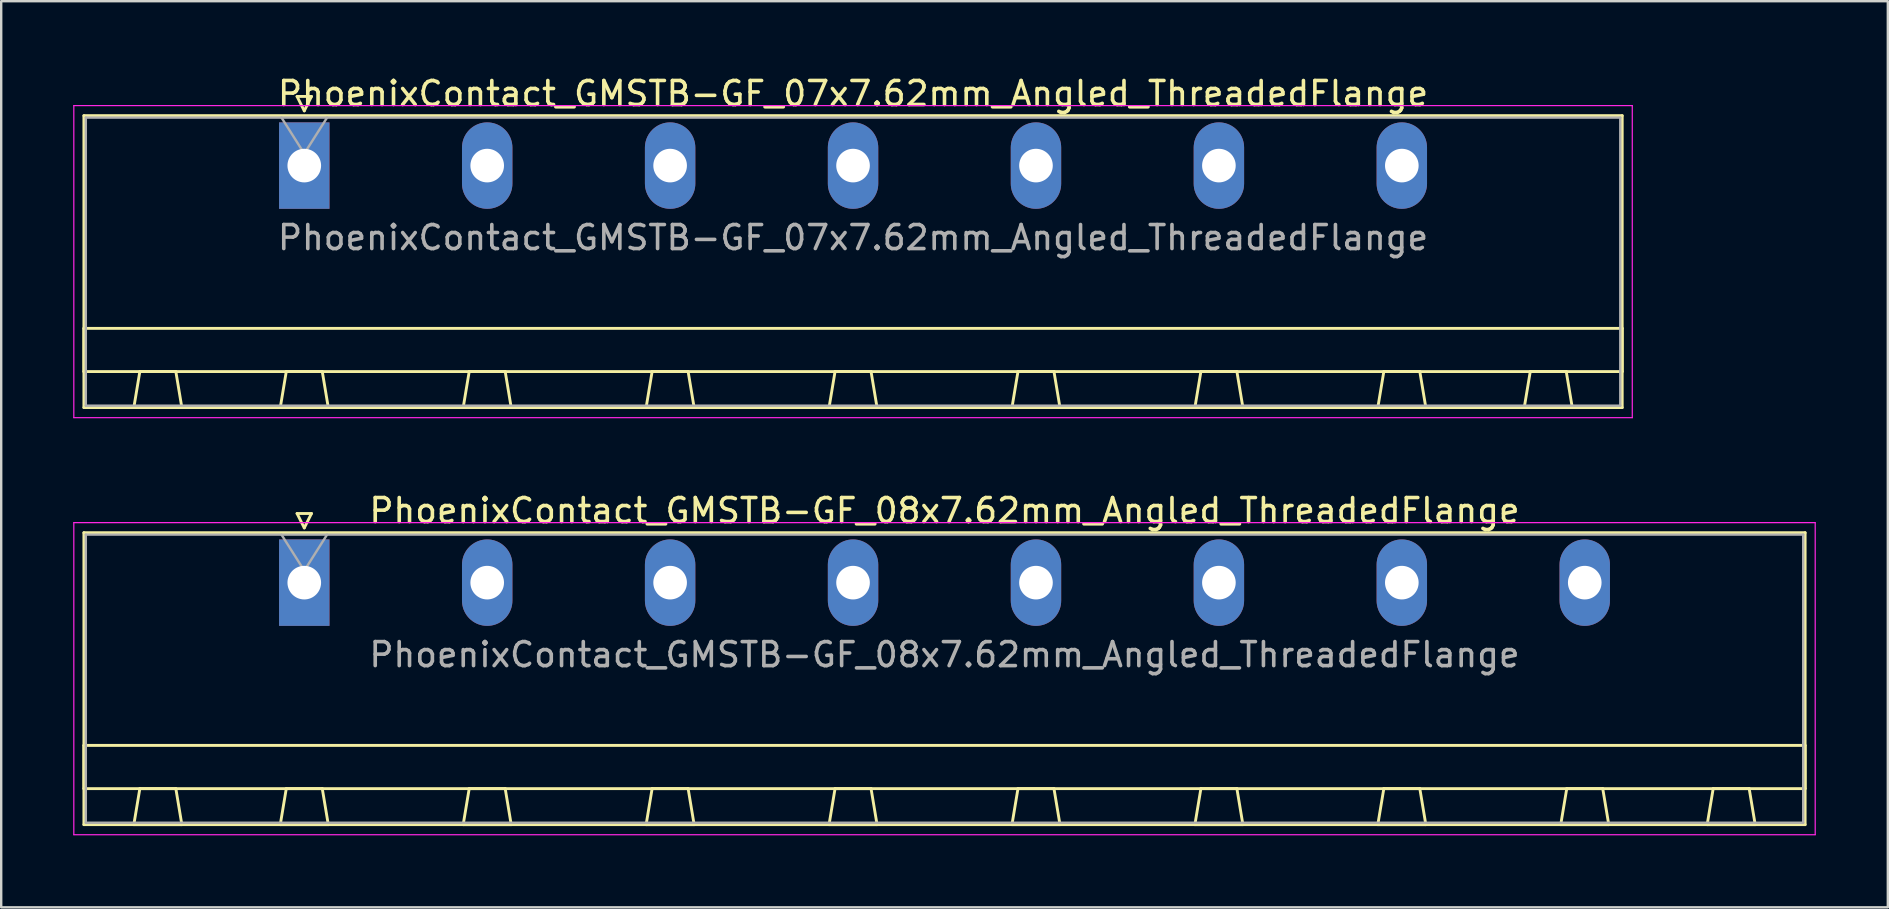
<source format=kicad_pcb>
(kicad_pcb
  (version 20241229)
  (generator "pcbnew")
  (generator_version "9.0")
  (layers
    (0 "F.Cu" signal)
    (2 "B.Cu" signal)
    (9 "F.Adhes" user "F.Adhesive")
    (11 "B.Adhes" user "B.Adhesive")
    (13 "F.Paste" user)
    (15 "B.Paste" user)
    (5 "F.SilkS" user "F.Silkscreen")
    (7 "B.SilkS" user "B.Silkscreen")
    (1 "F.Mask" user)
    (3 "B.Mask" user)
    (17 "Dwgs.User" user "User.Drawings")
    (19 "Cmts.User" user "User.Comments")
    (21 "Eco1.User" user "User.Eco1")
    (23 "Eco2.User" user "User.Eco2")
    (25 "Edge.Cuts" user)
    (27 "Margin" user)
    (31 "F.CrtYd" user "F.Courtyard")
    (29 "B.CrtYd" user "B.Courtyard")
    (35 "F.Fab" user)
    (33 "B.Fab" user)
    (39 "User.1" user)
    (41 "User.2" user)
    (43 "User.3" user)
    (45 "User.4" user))
  (footprint "PhoenixContact_GMSTB-GF_08x7.62mm_Angled_ThreadedFlange"
    (layer "F.Cu")
    (at 9.625 21.221)
    (property "Reference" "PhoenixContact_GMSTB-GF_08x7.62mm_Angled_ThreadedFlange" (at 26.67 -3 0) (layer "F.SilkS") (effects (font (size 1 1) (thickness 0.15))))
    (attr through_hole)
    (fp_line (start -9.18 -2.08) (end -9.18 10.08) (stroke (width 0.12) (type solid)) (layer "F.SilkS"))
    (fp_line (start -9.18 6.78) (end 62.52 6.78) (stroke (width 0.12) (type solid)) (layer "F.SilkS"))
    (fp_line (start -9.18 8.58) (end -9.18 6.78) (stroke (width 0.12) (type solid)) (layer "F.SilkS"))
    (fp_line (start -9.18 10.08) (end 62.52 10.08) (stroke (width 0.12) (type solid)) (layer "F.SilkS"))
    (fp_line (start -7.1 10.08) (end -5.1 10.08) (stroke (width 0.12) (type solid)) (layer "F.SilkS"))
    (fp_line (start -6.85 8.58) (end -7.1 10.08) (stroke (width 0.12) (type solid)) (layer "F.SilkS"))
    (fp_line (start -5.35 8.58) (end -6.85 8.58) (stroke (width 0.12) (type solid)) (layer "F.SilkS"))
    (fp_line (start -5.1 10.08) (end -5.35 8.58) (stroke (width 0.12) (type solid)) (layer "F.SilkS"))
    (fp_line (start -1 10.08) (end 1 10.08) (stroke (width 0.12) (type solid)) (layer "F.SilkS"))
    (fp_line (start -0.75 8.58) (end -1 10.08) (stroke (width 0.12) (type solid)) (layer "F.SilkS"))
    (fp_line (start -0.3 -2.88) (end 0.3 -2.88) (stroke (width 0.12) (type solid)) (layer "F.SilkS"))
    (fp_line (start 0 -2.28) (end -0.3 -2.88) (stroke (width 0.12) (type solid)) (layer "F.SilkS"))
    (fp_line (start 0.3 -2.88) (end 0 -2.28) (stroke (width 0.12) (type solid)) (layer "F.SilkS"))
    (fp_line (start 0.75 8.58) (end -0.75 8.58) (stroke (width 0.12) (type solid)) (layer "F.SilkS"))
    (fp_line (start 1 10.08) (end 0.75 8.58) (stroke (width 0.12) (type solid)) (layer "F.SilkS"))
    (fp_line (start 6.62 10.08) (end 8.62 10.08) (stroke (width 0.12) (type solid)) (layer "F.SilkS"))
    (fp_line (start 6.87 8.58) (end 6.62 10.08) (stroke (width 0.12) (type solid)) (layer "F.SilkS"))
    (fp_line (start 8.37 8.58) (end 6.87 8.58) (stroke (width 0.12) (type solid)) (layer "F.SilkS"))
    (fp_line (start 8.62 10.08) (end 8.37 8.58) (stroke (width 0.12) (type solid)) (layer "F.SilkS"))
    (fp_line (start 14.24 10.08) (end 16.24 10.08) (stroke (width 0.12) (type solid)) (layer "F.SilkS"))
    (fp_line (start 14.49 8.58) (end 14.24 10.08) (stroke (width 0.12) (type solid)) (layer "F.SilkS"))
    (fp_line (start 15.99 8.58) (end 14.49 8.58) (stroke (width 0.12) (type solid)) (layer "F.SilkS"))
    (fp_line (start 16.24 10.08) (end 15.99 8.58) (stroke (width 0.12) (type solid)) (layer "F.SilkS"))
    (fp_line (start 21.86 10.08) (end 23.86 10.08) (stroke (width 0.12) (type solid)) (layer "F.SilkS"))
    (fp_line (start 22.11 8.58) (end 21.86 10.08) (stroke (width 0.12) (type solid)) (layer "F.SilkS"))
    (fp_line (start 23.61 8.58) (end 22.11 8.58) (stroke (width 0.12) (type solid)) (layer "F.SilkS"))
    (fp_line (start 23.86 10.08) (end 23.61 8.58) (stroke (width 0.12) (type solid)) (layer "F.SilkS"))
    (fp_line (start 29.48 10.08) (end 31.48 10.08) (stroke (width 0.12) (type solid)) (layer "F.SilkS"))
    (fp_line (start 29.73 8.58) (end 29.48 10.08) (stroke (width 0.12) (type solid)) (layer "F.SilkS"))
    (fp_line (start 31.23 8.58) (end 29.73 8.58) (stroke (width 0.12) (type solid)) (layer "F.SilkS"))
    (fp_line (start 31.48 10.08) (end 31.23 8.58) (stroke (width 0.12) (type solid)) (layer "F.SilkS"))
    (fp_line (start 37.1 10.08) (end 39.1 10.08) (stroke (width 0.12) (type solid)) (layer "F.SilkS"))
    (fp_line (start 37.35 8.58) (end 37.1 10.08) (stroke (width 0.12) (type solid)) (layer "F.SilkS"))
    (fp_line (start 38.85 8.58) (end 37.35 8.58) (stroke (width 0.12) (type solid)) (layer "F.SilkS"))
    (fp_line (start 39.1 10.08) (end 38.85 8.58) (stroke (width 0.12) (type solid)) (layer "F.SilkS"))
    (fp_line (start 44.72 10.08) (end 46.72 10.08) (stroke (width 0.12) (type solid)) (layer "F.SilkS"))
    (fp_line (start 44.97 8.58) (end 44.72 10.08) (stroke (width 0.12) (type solid)) (layer "F.SilkS"))
    (fp_line (start 46.47 8.58) (end 44.97 8.58) (stroke (width 0.12) (type solid)) (layer "F.SilkS"))
    (fp_line (start 46.72 10.08) (end 46.47 8.58) (stroke (width 0.12) (type solid)) (layer "F.SilkS"))
    (fp_line (start 52.34 10.08) (end 54.34 10.08) (stroke (width 0.12) (type solid)) (layer "F.SilkS"))
    (fp_line (start 52.59 8.58) (end 52.34 10.08) (stroke (width 0.12) (type solid)) (layer "F.SilkS"))
    (fp_line (start 54.09 8.58) (end 52.59 8.58) (stroke (width 0.12) (type solid)) (layer "F.SilkS"))
    (fp_line (start 54.34 10.08) (end 54.09 8.58) (stroke (width 0.12) (type solid)) (layer "F.SilkS"))
    (fp_line (start 58.44 10.08) (end 60.44 10.08) (stroke (width 0.12) (type solid)) (layer "F.SilkS"))
    (fp_line (start 58.69 8.58) (end 58.44 10.08) (stroke (width 0.12) (type solid)) (layer "F.SilkS"))
    (fp_line (start 60.19 8.58) (end 58.69 8.58) (stroke (width 0.12) (type solid)) (layer "F.SilkS"))
    (fp_line (start 60.44 10.08) (end 60.19 8.58) (stroke (width 0.12) (type solid)) (layer "F.SilkS"))
    (fp_line (start 62.52 -2.08) (end -9.18 -2.08) (stroke (width 0.12) (type solid)) (layer "F.SilkS"))
    (fp_line (start 62.52 6.78) (end 62.52 8.58) (stroke (width 0.12) (type solid)) (layer "F.SilkS"))
    (fp_line (start 62.52 8.58) (end -9.18 8.58) (stroke (width 0.12) (type solid)) (layer "F.SilkS"))
    (fp_line (start 62.52 10.08) (end 62.52 -2.08) (stroke (width 0.12) (type solid)) (layer "F.SilkS"))
    (fp_line (start -9.6 -2.5) (end -9.6 10.5) (stroke (width 0.05) (type solid)) (layer "F.CrtYd"))
    (fp_line (start -9.6 10.5) (end 62.94 10.5) (stroke (width 0.05) (type solid)) (layer "F.CrtYd"))
    (fp_line (start 62.94 -2.5) (end -9.6 -2.5) (stroke (width 0.05) (type solid)) (layer "F.CrtYd"))
    (fp_line (start 62.94 10.5) (end 62.94 -2.5) (stroke (width 0.05) (type solid)) (layer "F.CrtYd"))
    (fp_line (start -9.1 -2) (end -9.1 10) (stroke (width 0.1) (type solid)) (layer "F.Fab"))
    (fp_line (start -9.1 10) (end 62.44 10) (stroke (width 0.1) (type solid)) (layer "F.Fab"))
    (fp_line (start 0 -0.5) (end -0.95 -2) (stroke (width 0.1) (type solid)) (layer "F.Fab"))
    (fp_line (start 0.95 -2) (end 0 -0.5) (stroke (width 0.1) (type solid)) (layer "F.Fab"))
    (fp_line (start 62.44 -2) (end -9.1 -2) (stroke (width 0.1) (type solid)) (layer "F.Fab"))
    (fp_line (start 62.44 10) (end 62.44 -2) (stroke (width 0.1) (type solid)) (layer "F.Fab"))
    (fp_text user "${REFERENCE}" (at 26.67 3 0) (layer "F.Fab") (effects (font (size 1 1) (thickness 0.15))))
    (pad "1" thru_hole rect (at 0 0) (size 2.1 3.6) (drill 1.4) (layers "*.Cu" "*.Mask"))
    (pad "2" thru_hole oval (at 7.62 0) (size 2.1 3.6) (drill 1.4) (layers "*.Cu" "*.Mask"))
    (pad "3" thru_hole oval (at 15.24 0) (size 2.1 3.6) (drill 1.4) (layers "*.Cu" "*.Mask"))
    (pad "4" thru_hole oval (at 22.86 0) (size 2.1 3.6) (drill 1.4) (layers "*.Cu" "*.Mask"))
    (pad "5" thru_hole oval (at 30.48 0) (size 2.1 3.6) (drill 1.4) (layers "*.Cu" "*.Mask"))
    (pad "6" thru_hole oval (at 38.1 0) (size 2.1 3.6) (drill 1.4) (layers "*.Cu" "*.Mask"))
    (pad "7" thru_hole oval (at 45.72 0) (size 2.1 3.6) (drill 1.4) (layers "*.Cu" "*.Mask"))
    (pad "8" thru_hole oval (at 53.34 0) (size 2.1 3.6) (drill 1.4) (layers "*.Cu" "*.Mask")))
  (footprint "PhoenixContact_GMSTB-GF_07x7.62mm_Angled_ThreadedFlange"
    (layer "F.Cu")
    (at 9.625 3.848)
    (property "Reference" "PhoenixContact_GMSTB-GF_07x7.62mm_Angled_ThreadedFlange" (at 22.86 -3 0) (layer "F.SilkS") (effects (font (size 1 1) (thickness 0.15))))
    (attr through_hole)
    (fp_line (start -9.18 -2.08) (end -9.18 10.08) (stroke (width 0.12) (type solid)) (layer "F.SilkS"))
    (fp_line (start -9.18 6.78) (end 54.9 6.78) (stroke (width 0.12) (type solid)) (layer "F.SilkS"))
    (fp_line (start -9.18 8.58) (end -9.18 6.78) (stroke (width 0.12) (type solid)) (layer "F.SilkS"))
    (fp_line (start -9.18 10.08) (end 54.9 10.08) (stroke (width 0.12) (type solid)) (layer "F.SilkS"))
    (fp_line (start -7.1 10.08) (end -5.1 10.08) (stroke (width 0.12) (type solid)) (layer "F.SilkS"))
    (fp_line (start -6.85 8.58) (end -7.1 10.08) (stroke (width 0.12) (type solid)) (layer "F.SilkS"))
    (fp_line (start -5.35 8.58) (end -6.85 8.58) (stroke (width 0.12) (type solid)) (layer "F.SilkS"))
    (fp_line (start -5.1 10.08) (end -5.35 8.58) (stroke (width 0.12) (type solid)) (layer "F.SilkS"))
    (fp_line (start -1 10.08) (end 1 10.08) (stroke (width 0.12) (type solid)) (layer "F.SilkS"))
    (fp_line (start -0.75 8.58) (end -1 10.08) (stroke (width 0.12) (type solid)) (layer "F.SilkS"))
    (fp_line (start -0.3 -2.88) (end 0.3 -2.88) (stroke (width 0.12) (type solid)) (layer "F.SilkS"))
    (fp_line (start 0 -2.28) (end -0.3 -2.88) (stroke (width 0.12) (type solid)) (layer "F.SilkS"))
    (fp_line (start 0.3 -2.88) (end 0 -2.28) (stroke (width 0.12) (type solid)) (layer "F.SilkS"))
    (fp_line (start 0.75 8.58) (end -0.75 8.58) (stroke (width 0.12) (type solid)) (layer "F.SilkS"))
    (fp_line (start 1 10.08) (end 0.75 8.58) (stroke (width 0.12) (type solid)) (layer "F.SilkS"))
    (fp_line (start 6.62 10.08) (end 8.62 10.08) (stroke (width 0.12) (type solid)) (layer "F.SilkS"))
    (fp_line (start 6.87 8.58) (end 6.62 10.08) (stroke (width 0.12) (type solid)) (layer "F.SilkS"))
    (fp_line (start 8.37 8.58) (end 6.87 8.58) (stroke (width 0.12) (type solid)) (layer "F.SilkS"))
    (fp_line (start 8.62 10.08) (end 8.37 8.58) (stroke (width 0.12) (type solid)) (layer "F.SilkS"))
    (fp_line (start 14.24 10.08) (end 16.24 10.08) (stroke (width 0.12) (type solid)) (layer "F.SilkS"))
    (fp_line (start 14.49 8.58) (end 14.24 10.08) (stroke (width 0.12) (type solid)) (layer "F.SilkS"))
    (fp_line (start 15.99 8.58) (end 14.49 8.58) (stroke (width 0.12) (type solid)) (layer "F.SilkS"))
    (fp_line (start 16.24 10.08) (end 15.99 8.58) (stroke (width 0.12) (type solid)) (layer "F.SilkS"))
    (fp_line (start 21.86 10.08) (end 23.86 10.08) (stroke (width 0.12) (type solid)) (layer "F.SilkS"))
    (fp_line (start 22.11 8.58) (end 21.86 10.08) (stroke (width 0.12) (type solid)) (layer "F.SilkS"))
    (fp_line (start 23.61 8.58) (end 22.11 8.58) (stroke (width 0.12) (type solid)) (layer "F.SilkS"))
    (fp_line (start 23.86 10.08) (end 23.61 8.58) (stroke (width 0.12) (type solid)) (layer "F.SilkS"))
    (fp_line (start 29.48 10.08) (end 31.48 10.08) (stroke (width 0.12) (type solid)) (layer "F.SilkS"))
    (fp_line (start 29.73 8.58) (end 29.48 10.08) (stroke (width 0.12) (type solid)) (layer "F.SilkS"))
    (fp_line (start 31.23 8.58) (end 29.73 8.58) (stroke (width 0.12) (type solid)) (layer "F.SilkS"))
    (fp_line (start 31.48 10.08) (end 31.23 8.58) (stroke (width 0.12) (type solid)) (layer "F.SilkS"))
    (fp_line (start 37.1 10.08) (end 39.1 10.08) (stroke (width 0.12) (type solid)) (layer "F.SilkS"))
    (fp_line (start 37.35 8.58) (end 37.1 10.08) (stroke (width 0.12) (type solid)) (layer "F.SilkS"))
    (fp_line (start 38.85 8.58) (end 37.35 8.58) (stroke (width 0.12) (type solid)) (layer "F.SilkS"))
    (fp_line (start 39.1 10.08) (end 38.85 8.58) (stroke (width 0.12) (type solid)) (layer "F.SilkS"))
    (fp_line (start 44.72 10.08) (end 46.72 10.08) (stroke (width 0.12) (type solid)) (layer "F.SilkS"))
    (fp_line (start 44.97 8.58) (end 44.72 10.08) (stroke (width 0.12) (type solid)) (layer "F.SilkS"))
    (fp_line (start 46.47 8.58) (end 44.97 8.58) (stroke (width 0.12) (type solid)) (layer "F.SilkS"))
    (fp_line (start 46.72 10.08) (end 46.47 8.58) (stroke (width 0.12) (type solid)) (layer "F.SilkS"))
    (fp_line (start 50.82 10.08) (end 52.82 10.08) (stroke (width 0.12) (type solid)) (layer "F.SilkS"))
    (fp_line (start 51.07 8.58) (end 50.82 10.08) (stroke (width 0.12) (type solid)) (layer "F.SilkS"))
    (fp_line (start 52.57 8.58) (end 51.07 8.58) (stroke (width 0.12) (type solid)) (layer "F.SilkS"))
    (fp_line (start 52.82 10.08) (end 52.57 8.58) (stroke (width 0.12) (type solid)) (layer "F.SilkS"))
    (fp_line (start 54.9 -2.08) (end -9.18 -2.08) (stroke (width 0.12) (type solid)) (layer "F.SilkS"))
    (fp_line (start 54.9 6.78) (end 54.9 8.58) (stroke (width 0.12) (type solid)) (layer "F.SilkS"))
    (fp_line (start 54.9 8.58) (end -9.18 8.58) (stroke (width 0.12) (type solid)) (layer "F.SilkS"))
    (fp_line (start 54.9 10.08) (end 54.9 -2.08) (stroke (width 0.12) (type solid)) (layer "F.SilkS"))
    (fp_line (start -9.6 -2.5) (end -9.6 10.5) (stroke (width 0.05) (type solid)) (layer "F.CrtYd"))
    (fp_line (start -9.6 10.5) (end 55.32 10.5) (stroke (width 0.05) (type solid)) (layer "F.CrtYd"))
    (fp_line (start 55.32 -2.5) (end -9.6 -2.5) (stroke (width 0.05) (type solid)) (layer "F.CrtYd"))
    (fp_line (start 55.32 10.5) (end 55.32 -2.5) (stroke (width 0.05) (type solid)) (layer "F.CrtYd"))
    (fp_line (start -9.1 -2) (end -9.1 10) (stroke (width 0.1) (type solid)) (layer "F.Fab"))
    (fp_line (start -9.1 10) (end 54.82 10) (stroke (width 0.1) (type solid)) (layer "F.Fab"))
    (fp_line (start 0 -0.5) (end -0.95 -2) (stroke (width 0.1) (type solid)) (layer "F.Fab"))
    (fp_line (start 0.95 -2) (end 0 -0.5) (stroke (width 0.1) (type solid)) (layer "F.Fab"))
    (fp_line (start 54.82 -2) (end -9.1 -2) (stroke (width 0.1) (type solid)) (layer "F.Fab"))
    (fp_line (start 54.82 10) (end 54.82 -2) (stroke (width 0.1) (type solid)) (layer "F.Fab"))
    (fp_text user "${REFERENCE}" (at 22.86 3 0) (layer "F.Fab") (effects (font (size 1 1) (thickness 0.15))))
    (pad "1" thru_hole rect (at 0 0) (size 2.1 3.6) (drill 1.4) (layers "*.Cu" "*.Mask"))
    (pad "2" thru_hole oval (at 7.62 0) (size 2.1 3.6) (drill 1.4) (layers "*.Cu" "*.Mask"))
    (pad "3" thru_hole oval (at 15.24 0) (size 2.1 3.6) (drill 1.4) (layers "*.Cu" "*.Mask"))
    (pad "4" thru_hole oval (at 22.86 0) (size 2.1 3.6) (drill 1.4) (layers "*.Cu" "*.Mask"))
    (pad "5" thru_hole oval (at 30.48 0) (size 2.1 3.6) (drill 1.4) (layers "*.Cu" "*.Mask"))
    (pad "6" thru_hole oval (at 38.1 0) (size 2.1 3.6) (drill 1.4) (layers "*.Cu" "*.Mask"))
    (pad "7" thru_hole oval (at 45.72 0) (size 2.1 3.6) (drill 1.4) (layers "*.Cu" "*.Mask")))
  (gr_rect
    (start -3 -3)
    (end 75.59 34.746)
    (stroke (width 0.1) (type default))
    (fill no)
    (layer "Edge.Cuts")))
</source>
